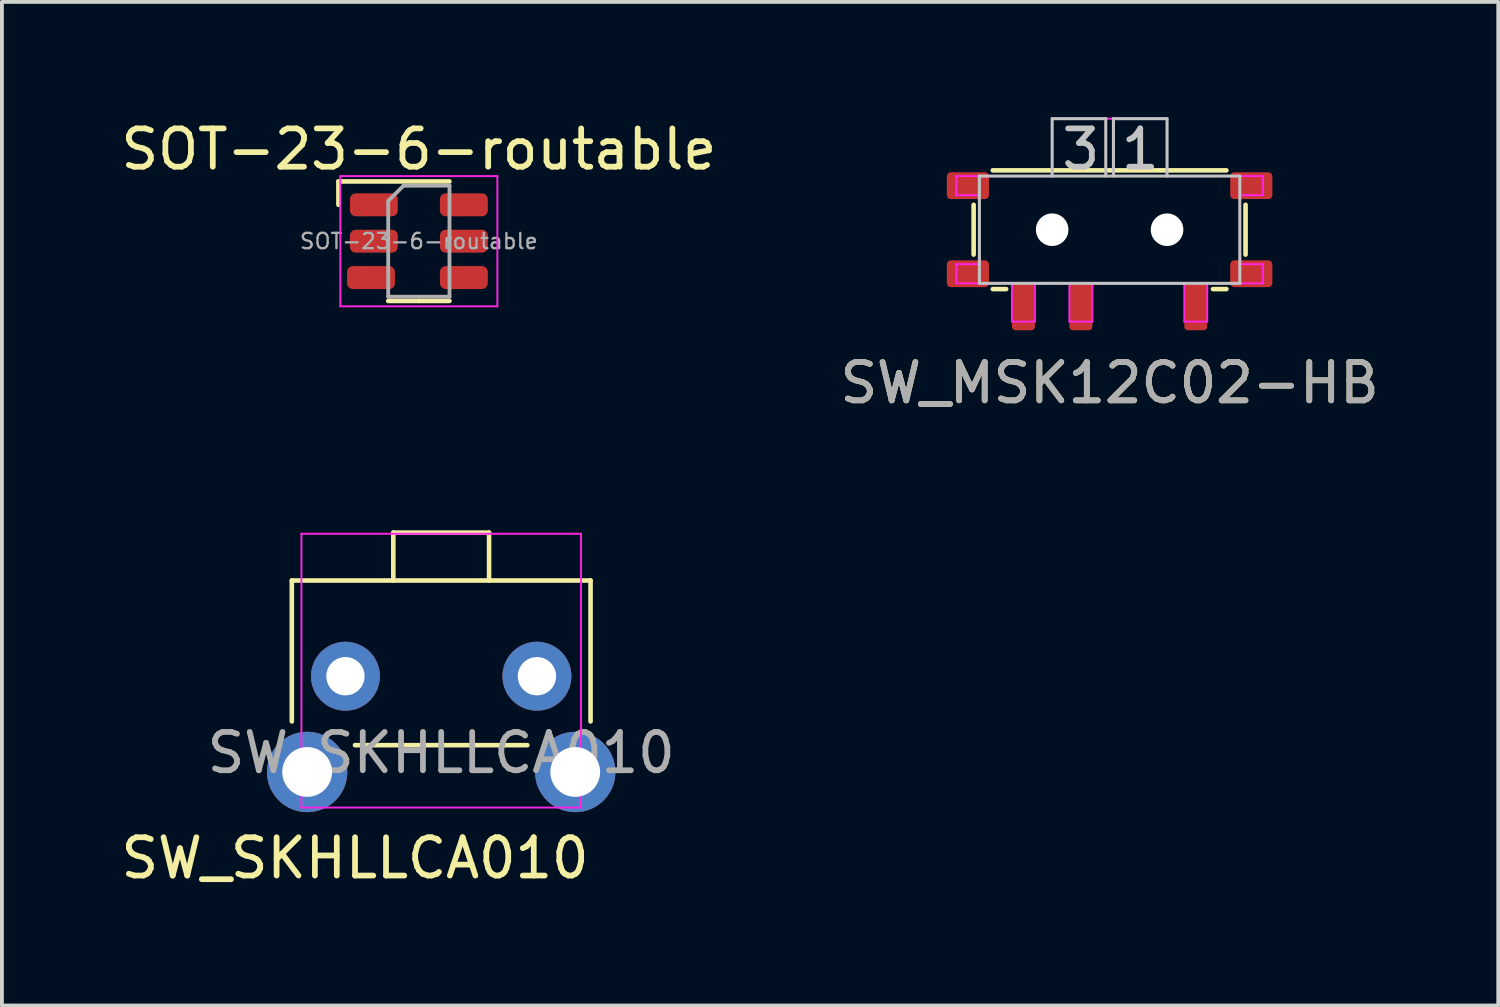
<source format=kicad_pcb>
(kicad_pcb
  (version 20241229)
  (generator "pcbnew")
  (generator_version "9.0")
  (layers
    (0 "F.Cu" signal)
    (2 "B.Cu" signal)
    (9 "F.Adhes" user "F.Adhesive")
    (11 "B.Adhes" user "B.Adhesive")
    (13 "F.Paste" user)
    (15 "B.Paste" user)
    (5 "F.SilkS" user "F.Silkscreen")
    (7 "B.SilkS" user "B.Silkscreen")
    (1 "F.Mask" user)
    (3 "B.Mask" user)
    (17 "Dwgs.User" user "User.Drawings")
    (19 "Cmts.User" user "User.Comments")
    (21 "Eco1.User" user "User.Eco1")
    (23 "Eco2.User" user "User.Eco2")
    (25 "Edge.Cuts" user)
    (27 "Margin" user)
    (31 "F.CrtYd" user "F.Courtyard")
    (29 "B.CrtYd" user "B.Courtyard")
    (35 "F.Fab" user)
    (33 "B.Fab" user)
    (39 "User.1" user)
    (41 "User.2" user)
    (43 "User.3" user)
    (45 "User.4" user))
  (footprint "SW_SKHLLCA010"
    (layer "F.Cu")
    (at 8.47 15.857)
    (property "Reference" "SW_SKHLLCA010" (at -2.25 3.5 0) (unlocked yes) (layer "F.SilkS") (effects (font (size 1 1) (thickness 0.15))))
    (attr through_hole)
    (fp_line (start -3.9 -3.75) (end 3.9 -3.75) (stroke (width 0.12) (type solid)) (layer "F.SilkS"))
    (fp_line (start -3.9 -0.07) (end -3.9 -3.75) (stroke (width 0.12) (type solid)) (layer "F.SilkS"))
    (fp_line (start -2.25 0.55) (end 2.25 0.55) (stroke (width 0.12) (type solid)) (layer "F.SilkS"))
    (fp_line (start -1.25 -5) (end 1.25 -5) (stroke (width 0.12) (type solid)) (layer "F.SilkS"))
    (fp_line (start -1.25 -3.75) (end -1.25 -5) (stroke (width 0.12) (type solid)) (layer "F.SilkS"))
    (fp_line (start 1.25 -3.75) (end 1.25 -5) (stroke (width 0.12) (type solid)) (layer "F.SilkS"))
    (fp_line (start 3.9 -0.07) (end 3.9 -3.75) (stroke (width 0.12) (type solid)) (layer "F.SilkS"))
    (fp_line (start -3.65 -4.97) (end -3.65 2.18) (stroke (width 0.05) (type solid)) (layer "F.CrtYd"))
    (fp_line (start -3.65 -4.97) (end 3.65 -4.97) (stroke (width 0.05) (type solid)) (layer "F.CrtYd"))
    (fp_line (start -3.65 2.18) (end 3.65 2.18) (stroke (width 0.05) (type solid)) (layer "F.CrtYd"))
    (fp_line (start 3.65 -4.97) (end 3.65 2.18) (stroke (width 0.05) (type solid)) (layer "F.CrtYd"))
    (fp_text user "${REFERENCE}" (at 0 0.75 0) (unlocked yes) (layer "F.Fab") (effects (font (size 1 1) (thickness 0.15))))
    (pad "1" thru_hole circle (at 2.5 -1.25) (size 1.8 1.8) (drill 1) (layers "*.Cu" "B.Mask"))
    (pad "2" thru_hole circle (at -2.5 -1.25) (size 1.8 1.8) (drill 1) (layers "*.Cu" "B.Mask"))
    (pad "MP" thru_hole circle (at -3.5 1.25) (size 2.1 2.1) (drill 1.3) (layers "*.Cu" "*.Mask"))
    (pad "MP" thru_hole circle (at 3.5 1.25) (size 2.1 2.1) (drill 1.3) (layers "*.Cu" "*.Mask")))
  (footprint "SW_MSK12C02-HB"
    (layer "F.Cu")
    (at 25.923 2.948)
    (property "Reference" "SW_MSK12C02-HB" (at 0 4 0) (unlocked yes) (layer "F.SilkS") (effects (font (size 1 1) (thickness 0.15))))
    (fp_line (start -3.55 -0.65) (end -3.55 0.65) (stroke (width 0.12) (type solid)) (layer "F.SilkS"))
    (fp_line (start -3.05 -1.55) (end 3.05 -1.55) (stroke (width 0.12) (type solid)) (layer "F.SilkS"))
    (fp_line (start -2.7 1.55) (end -3.05 1.55) (stroke (width 0.12) (type solid)) (layer "F.SilkS"))
    (fp_line (start 3.05 1.55) (end 2.7 1.55) (stroke (width 0.12) (type solid)) (layer "F.SilkS"))
    (fp_line (start 3.55 0.65) (end 3.55 -0.65) (stroke (width 0.12) (type solid)) (layer "F.SilkS"))
    (fp_line (start -3.4 -1.4) (end -3.4 1.4) (stroke (width 0.08) (type solid)) (layer "Dwgs.User"))
    (fp_line (start -3.4 1.4) (end 3.4 1.4) (stroke (width 0.08) (type solid)) (layer "Dwgs.User"))
    (fp_line (start -1.5 -2.9) (end -1.5 -1.4) (stroke (width 0.08) (type solid)) (layer "Dwgs.User"))
    (fp_line (start -0.1 -2.9) (end -1.5 -2.9) (stroke (width 0.08) (type solid)) (layer "Dwgs.User"))
    (fp_line (start -0.1 -1.4) (end -0.1 -2.9) (stroke (width 0.08) (type solid)) (layer "Dwgs.User"))
    (fp_line (start 0.1 -2.9) (end 1.5 -2.9) (stroke (width 0.08) (type solid)) (layer "Dwgs.User"))
    (fp_line (start 0.1 -1.4) (end 0.1 -2.9) (stroke (width 0.08) (type solid)) (layer "Dwgs.User"))
    (fp_line (start 1.5 -2.9) (end 1.5 -1.4) (stroke (width 0.08) (type solid)) (layer "Dwgs.User"))
    (fp_line (start 3.4 -1.4) (end -3.4 -1.4) (stroke (width 0.08) (type solid)) (layer "Dwgs.User"))
    (fp_line (start 3.4 1.4) (end 3.4 -1.4) (stroke (width 0.08) (type solid)) (layer "Dwgs.User"))
    (fp_line (start -4 -1.4) (end -4 -0.9) (stroke (width 0.05) (type solid)) (layer "F.CrtYd"))
    (fp_line (start -4 -1.4) (end -1.5 -1.4) (stroke (width 0.05) (type solid)) (layer "F.CrtYd"))
    (fp_line (start -4 -0.9) (end -3.4 -0.9) (stroke (width 0.05) (type solid)) (layer "F.CrtYd"))
    (fp_line (start -4 0.9) (end -4 1.4) (stroke (width 0.05) (type solid)) (layer "F.CrtYd"))
    (fp_line (start -3.4 0.9) (end -4 0.9) (stroke (width 0.05) (type solid)) (layer "F.CrtYd"))
    (fp_line (start -3.4 0.9) (end -3.4 -0.9) (stroke (width 0.05) (type solid)) (layer "F.CrtYd"))
    (fp_line (start -2.55 1.4) (end -4 1.4) (stroke (width 0.05) (type solid)) (layer "F.CrtYd"))
    (fp_line (start -2.55 2.4) (end -2.55 1.4) (stroke (width 0.05) (type solid)) (layer "F.CrtYd"))
    (fp_line (start -2.55 2.4) (end -1.95 2.4) (stroke (width 0.05) (type solid)) (layer "F.CrtYd"))
    (fp_line (start -1.95 1.4) (end -1.05 1.4) (stroke (width 0.05) (type solid)) (layer "F.CrtYd"))
    (fp_line (start -1.95 2.4) (end -1.95 1.4) (stroke (width 0.05) (type solid)) (layer "F.CrtYd"))
    (fp_line (start -1.5 -2.9) (end 1.5 -2.9) (stroke (width 0.05) (type solid)) (layer "F.CrtYd"))
    (fp_line (start -1.5 -1.4) (end -1.5 -2.9) (stroke (width 0.05) (type solid)) (layer "F.CrtYd"))
    (fp_line (start -1.05 2.4) (end -1.05 1.4) (stroke (width 0.05) (type solid)) (layer "F.CrtYd"))
    (fp_line (start -1.05 2.4) (end -0.45 2.4) (stroke (width 0.05) (type solid)) (layer "F.CrtYd"))
    (fp_line (start -0.45 1.4) (end 1.95 1.4) (stroke (width 0.05) (type solid)) (layer "F.CrtYd"))
    (fp_line (start -0.45 2.4) (end -0.45 1.4) (stroke (width 0.05) (type solid)) (layer "F.CrtYd"))
    (fp_line (start 1.5 -2.9) (end 1.5 -1.4) (stroke (width 0.05) (type solid)) (layer "F.CrtYd"))
    (fp_line (start 1.5 -1.4) (end 4 -1.4) (stroke (width 0.05) (type solid)) (layer "F.CrtYd"))
    (fp_line (start 1.95 2.4) (end 1.95 1.4) (stroke (width 0.05) (type solid)) (layer "F.CrtYd"))
    (fp_line (start 1.95 2.4) (end 2.55 2.4) (stroke (width 0.05) (type solid)) (layer "F.CrtYd"))
    (fp_line (start 2.55 1.4) (end 4 1.4) (stroke (width 0.05) (type solid)) (layer "F.CrtYd"))
    (fp_line (start 2.55 2.4) (end 2.55 1.4) (stroke (width 0.05) (type solid)) (layer "F.CrtYd"))
    (fp_line (start 3.4 -0.9) (end 4 -0.9) (stroke (width 0.05) (type solid)) (layer "F.CrtYd"))
    (fp_line (start 3.4 0.9) (end 3.4 -0.9) (stroke (width 0.05) (type solid)) (layer "F.CrtYd"))
    (fp_line (start 4 -0.9) (end 4 -1.4) (stroke (width 0.05) (type solid)) (layer "F.CrtYd"))
    (fp_line (start 4 0.9) (end 3.4 0.9) (stroke (width 0.05) (type solid)) (layer "F.CrtYd"))
    (fp_line (start 4 1.4) (end 4 0.9) (stroke (width 0.05) (type solid)) (layer "F.CrtYd"))
    (fp_text user "1" (at 0.8 -2.1 0) (unlocked yes) (layer "Dwgs.User") (effects (font (size 1 1) (thickness 0.15))))
    (fp_text user "3" (at -0.75 -2.1 0) (unlocked yes) (layer "Dwgs.User") (effects (font (size 1 1) (thickness 0.15))))
    (fp_text user "${REFERENCE}" (at 0 4 0) (unlocked yes) (layer "F.Fab") (effects (font (size 1 1) (thickness 0.15))))
    (pad "" np_thru_hole circle (at -1.5 0 180) (size 0.85 0.85) (drill 0.85) (layers "*.Cu" "*.Mask"))
    (pad "" np_thru_hole circle (at 1.5 0 180) (size 0.85 0.85) (drill 0.85) (layers "*.Cu" "*.Mask"))
    (pad "1" smd roundrect (at 2.25 2 180) (size 0.6 1.25) (layers "F.Cu" "F.Mask" "F.Paste") (roundrect_rratio 0.15))
    (pad "2" smd roundrect (at -0.75 2 180) (size 0.6 1.25) (layers "F.Cu" "F.Mask" "F.Paste") (roundrect_rratio 0.15))
    (pad "3" smd roundrect (at -2.25 2 180) (size 0.6 1.25) (layers "F.Cu" "F.Mask" "F.Paste") (roundrect_rratio 0.15))
    (pad "MP" smd roundrect (at -3.7 -1.15 270) (size 0.7 1.1) (layers "F.Cu" "F.Mask" "F.Paste") (roundrect_rratio 0.15))
    (pad "MP" smd roundrect (at -3.7 1.15 270) (size 0.7 1.1) (layers "F.Cu" "F.Mask" "F.Paste") (roundrect_rratio 0.15))
    (pad "MP" smd roundrect (at 3.7 -1.15 270) (size 0.7 1.1) (layers "F.Cu" "F.Mask" "F.Paste") (roundrect_rratio 0.15))
    (pad "MP" smd roundrect (at 3.7 1.15 270) (size 0.7 1.1) (layers "F.Cu" "F.Mask" "F.Paste") (roundrect_rratio 0.15)))
  (footprint "SOT-23-6-routable"
    (layer "F.Cu")
    (at 7.887 3.248)
    (property "Reference" "SOT-23-6-routable" (at 0 -2.4 0) (layer "F.SilkS") (effects (font (size 1 1) (thickness 0.15))))
    (attr smd)
    (fp_line (start -2.1 -1.56) (end 0.8 -1.56) (stroke (width 0.12) (type solid)) (layer "F.SilkS"))
    (fp_line (start -2.1 -0.95) (end -2.1 -1.56) (stroke (width 0.12) (type solid)) (layer "F.SilkS"))
    (fp_line (start 0 1.56) (end -0.8 1.56) (stroke (width 0.12) (type solid)) (layer "F.SilkS"))
    (fp_line (start 0 1.56) (end 0.8 1.56) (stroke (width 0.12) (type solid)) (layer "F.SilkS"))
    (fp_line (start -2.05 -1.7) (end -2.05 1.7) (stroke (width 0.05) (type solid)) (layer "F.CrtYd"))
    (fp_line (start -2.05 1.7) (end 2.05 1.7) (stroke (width 0.05) (type solid)) (layer "F.CrtYd"))
    (fp_line (start 2.05 -1.7) (end -2.05 -1.7) (stroke (width 0.05) (type solid)) (layer "F.CrtYd"))
    (fp_line (start 2.05 1.7) (end 2.05 -1.7) (stroke (width 0.05) (type solid)) (layer "F.CrtYd"))
    (fp_line (start -0.8 -1.05) (end -0.4 -1.45) (stroke (width 0.1) (type solid)) (layer "F.Fab"))
    (fp_line (start -0.8 1.45) (end -0.8 -1.05) (stroke (width 0.1) (type solid)) (layer "F.Fab"))
    (fp_line (start -0.4 -1.45) (end 0.8 -1.45) (stroke (width 0.1) (type solid)) (layer "F.Fab"))
    (fp_line (start 0.8 -1.45) (end 0.8 1.45) (stroke (width 0.1) (type solid)) (layer "F.Fab"))
    (fp_line (start 0.8 1.45) (end -0.8 1.45) (stroke (width 0.1) (type solid)) (layer "F.Fab"))
    (fp_text user "${REFERENCE}" (at 0 0 0) (layer "F.Fab") (effects (font (size 0.4 0.4) (thickness 0.06))))
    (pad "1" smd roundrect (at -1.175 -0.95) (size 1.25 0.6) (layers "F.Cu" "F.Mask" "F.Paste") (roundrect_rratio 0.25))
    (pad "2" smd roundrect (at -1.175 0) (size 1.25 0.6) (layers "F.Cu" "F.Mask" "F.Paste") (roundrect_rratio 0.25))
    (pad "3" smd roundrect (at -1.25 0.95) (size 1.25 0.6) (layers "F.Cu" "F.Mask" "F.Paste") (roundrect_rratio 0.25))
    (pad "4" smd roundrect (at 1.175 0.95) (size 1.25 0.6) (layers "F.Cu" "F.Mask" "F.Paste") (roundrect_rratio 0.25))
    (pad "5" smd roundrect (at 1.175 0) (size 1.25 0.6) (layers "F.Cu" "F.Mask" "F.Paste") (roundrect_rratio 0.25))
    (pad "6" smd roundrect (at 1.175 -0.95) (size 1.25 0.6) (layers "F.Cu" "F.Mask" "F.Paste") (roundrect_rratio 0.25)))
  (gr_rect
    (start -3 -3)
    (end 36.071 23.205)
    (stroke (width 0.1) (type default))
    (fill no)
    (layer "Edge.Cuts")))
</source>
